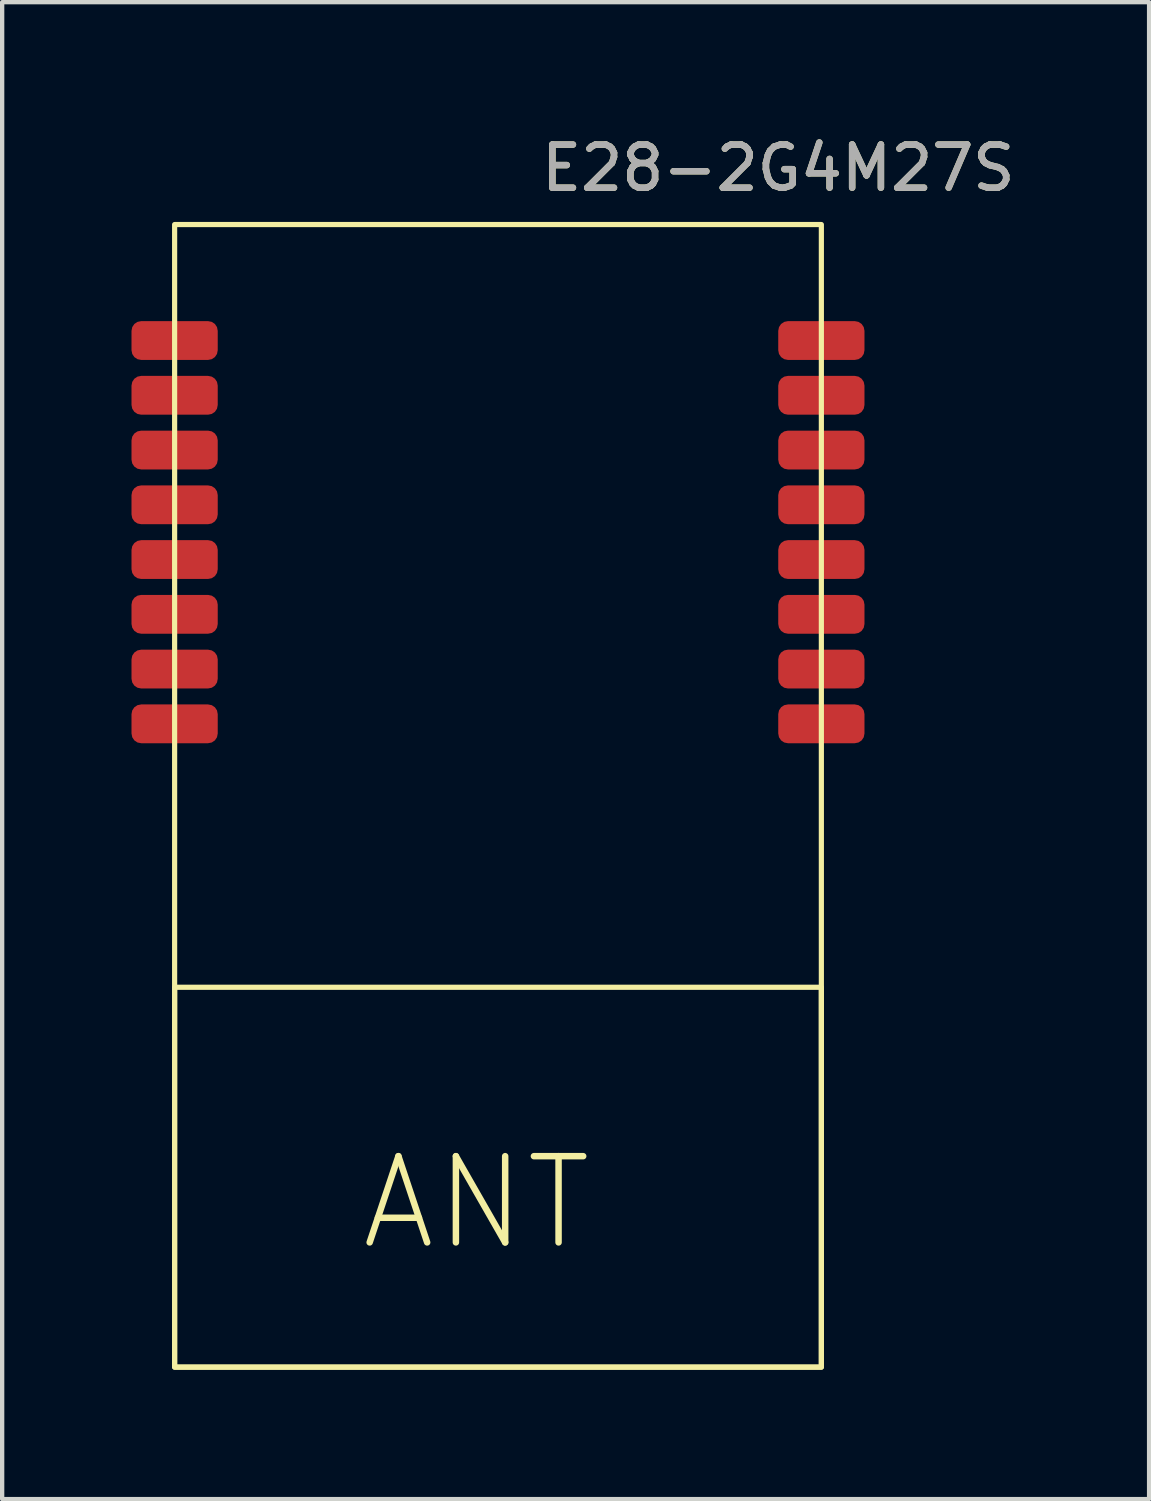
<source format=kicad_pcb>
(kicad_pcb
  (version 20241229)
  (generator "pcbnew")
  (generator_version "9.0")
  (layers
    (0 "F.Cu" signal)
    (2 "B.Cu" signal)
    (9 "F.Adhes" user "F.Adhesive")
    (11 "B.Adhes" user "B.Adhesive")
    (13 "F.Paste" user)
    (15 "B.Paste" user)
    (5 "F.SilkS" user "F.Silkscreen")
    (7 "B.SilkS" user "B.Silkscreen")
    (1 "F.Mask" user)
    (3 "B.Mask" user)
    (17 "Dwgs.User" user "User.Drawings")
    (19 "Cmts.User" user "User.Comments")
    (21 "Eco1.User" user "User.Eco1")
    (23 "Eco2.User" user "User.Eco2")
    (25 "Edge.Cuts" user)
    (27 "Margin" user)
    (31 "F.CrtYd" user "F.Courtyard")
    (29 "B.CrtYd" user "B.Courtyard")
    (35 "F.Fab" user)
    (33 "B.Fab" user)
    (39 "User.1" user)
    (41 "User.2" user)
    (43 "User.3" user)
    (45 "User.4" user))
  (footprint "E28-2G4M27S"
    (layer "F.Cu")
    (at 8 0.848)
    (property "Reference" "E28-2G4M27S" (at 7 0 0) (unlocked yes) (layer "F.SilkS") (effects (font (size 1 1) (thickness 0.15))))
    (attr smd)
    (fp_rect (start -7 1.31) (end 8 27.81) (stroke (width 0.12) (type solid)) (fill no) (layer "F.SilkS"))
    (fp_rect (start 8 27.81) (end -7 19) (stroke (width 0.12) (type solid)) (fill no) (layer "F.SilkS"))
    (fp_text user "ANT" (at 0 24 0) (unlocked yes) (layer "F.SilkS") (effects (font (size 2 2) (thickness 0.15))))
    (fp_text user "${REFERENCE}" (at 7 0 0) (unlocked yes) (layer "F.Fab") (effects (font (size 1 1) (thickness 0.15))))
    (pad "1" smd roundrect (at 8 4) (size 2 0.9) (layers "F.Cu" "F.Mask" "F.Paste") (roundrect_rratio 0.25))
    (pad "2" smd roundrect (at 8 5.27) (size 2 0.9) (layers "F.Cu" "F.Mask" "F.Paste") (roundrect_rratio 0.25))
    (pad "3" smd roundrect (at 8 6.54) (size 2 0.9) (layers "F.Cu" "F.Mask" "F.Paste") (roundrect_rratio 0.25))
    (pad "4" smd roundrect (at 8 7.81) (size 2 0.9) (layers "F.Cu" "F.Mask" "F.Paste") (roundrect_rratio 0.25))
    (pad "5" smd roundrect (at 8 9.08) (size 2 0.9) (layers "F.Cu" "F.Mask" "F.Paste") (roundrect_rratio 0.25))
    (pad "6" smd roundrect (at 8 10.35) (size 2 0.9) (layers "F.Cu" "F.Mask" "F.Paste") (roundrect_rratio 0.25))
    (pad "7" smd roundrect (at 8 11.62) (size 2 0.9) (layers "F.Cu" "F.Mask" "F.Paste") (roundrect_rratio 0.25))
    (pad "8" smd roundrect (at 8 12.89) (size 2 0.9) (layers "F.Cu" "F.Mask" "F.Paste") (roundrect_rratio 0.25))
    (pad "9" smd roundrect (at -7 12.89) (size 2 0.9) (layers "F.Cu" "F.Mask" "F.Paste") (roundrect_rratio 0.25))
    (pad "10" smd roundrect (at -7 11.62) (size 2 0.9) (layers "F.Cu" "F.Mask" "F.Paste") (roundrect_rratio 0.25))
    (pad "11" smd roundrect (at -7 10.35) (size 2 0.9) (layers "F.Cu" "F.Mask" "F.Paste") (roundrect_rratio 0.25))
    (pad "12" smd roundrect (at -7 9.08) (size 2 0.9) (layers "F.Cu" "F.Mask" "F.Paste") (roundrect_rratio 0.25))
    (pad "13" smd roundrect (at -7 7.81) (size 2 0.9) (layers "F.Cu" "F.Mask" "F.Paste") (roundrect_rratio 0.25))
    (pad "14" smd roundrect (at -7 6.54) (size 2 0.9) (layers "F.Cu" "F.Mask" "F.Paste") (roundrect_rratio 0.25))
    (pad "15" smd roundrect (at -7 5.27) (size 2 0.9) (layers "F.Cu" "F.Mask" "F.Paste") (roundrect_rratio 0.25))
    (pad "16" smd roundrect (at -7 4) (size 2 0.9) (layers "F.Cu" "F.Mask" "F.Paste") (roundrect_rratio 0.25)))
  (gr_rect
    (start -3 -3)
    (end 23.601 31.718)
    (stroke (width 0.1) (type default))
    (fill no)
    (layer "Edge.Cuts")))
</source>
